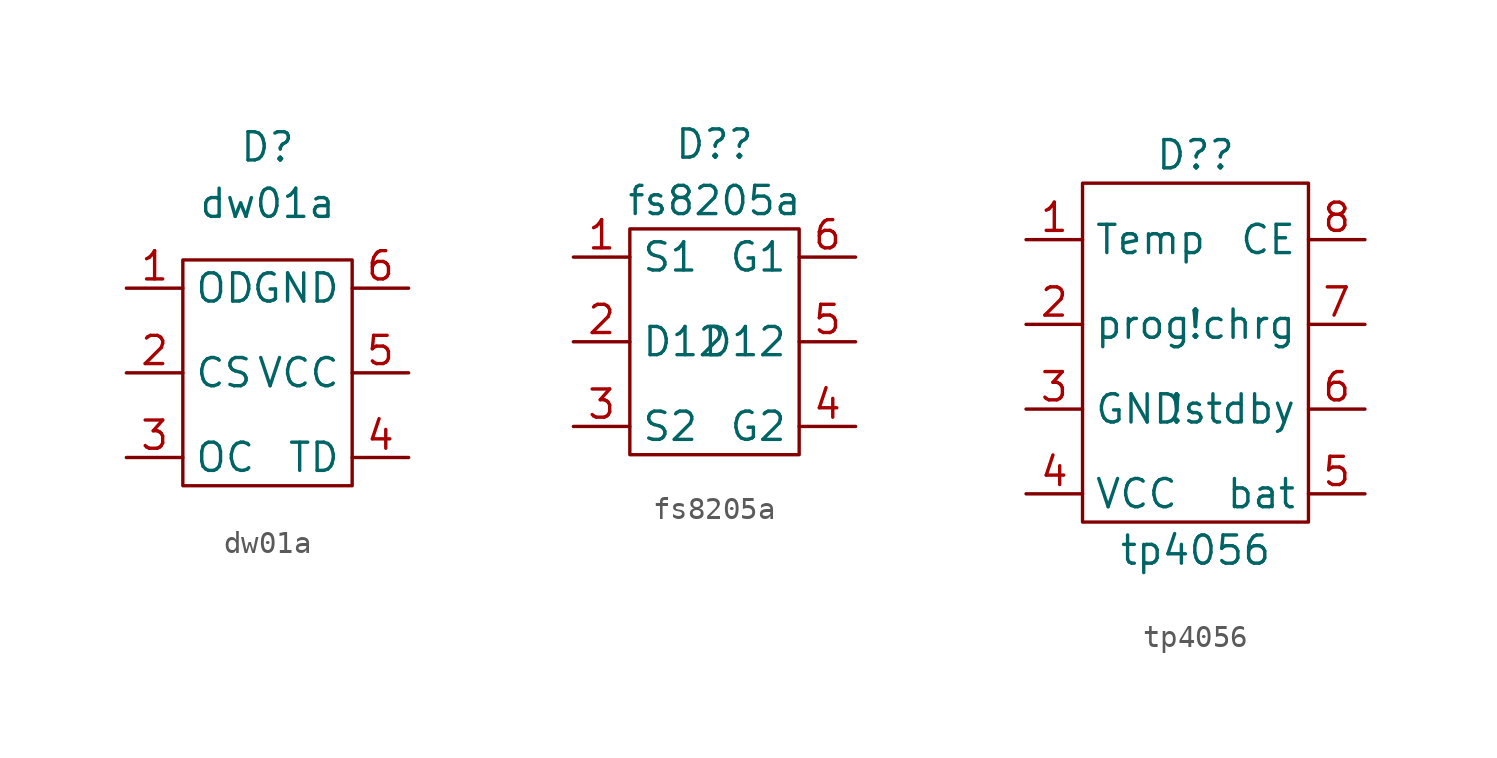
<source format=kicad_sym>
(kicad_symbol_lib
  (version 20211014)
  (generator kicad_symbol_editor)
  (symbol "dw01a"
    (property "Reference" "D"
      (at 0 10.16 0)
      (effects (font (size 1.27 1.27))))
    (property "Value" "dw01a"
      (at 0 7.62 0)
      (effects (font (size 1.27 1.27))))
    (symbol "dw01a_0_1"
      (rectangle (start -3.81 5.08) (end 3.81 -5.08) (stroke (width 0.152) (type default) (color 0 0 0 0)) (fill (type none))))
    (symbol "dw01a_1_1"
      (pin input line (at -6.35 3.81 0) (length 2.54) (name "OD" (effects (font (size 1.27 1.27)))) (number "1" (effects (font (size 1.27 1.27)))))
      (pin input line (at -6.35 0 0) (length 2.54) (name "CS" (effects (font (size 1.27 1.27)))) (number "2" (effects (font (size 1.27 1.27)))))
      (pin input line (at -6.35 -3.81 0) (length 2.54) (name "OC" (effects (font (size 1.27 1.27)))) (number "3" (effects (font (size 1.27 1.27)))))
      (pin input line (at 6.35 -3.81 180) (length 2.54) (name "TD" (effects (font (size 1.27 1.27)))) (number "4" (effects (font (size 1.27 1.27)))))
      (pin input line (at 6.35 0 180) (length 2.54) (name "VCC" (effects (font (size 1.27 1.27)))) (number "5" (effects (font (size 1.27 1.27)))))
      (pin input line (at 6.35 3.81 180) (length 2.54) (name "GND" (effects (font (size 1.27 1.27)))) (number "6" (effects (font (size 1.27 1.27)))))))
  (symbol "fs8205a"
    (property "Reference" "D?"
      (at 0 8.89 0)
      (effects (font (size 1.27 1.27))))
    (property "Value" "fs8205a"
      (at 0 6.35 0)
      (effects (font (size 1.27 1.27))))
    (symbol "fs8205a_0_1"
      (rectangle (start -3.81 5.08) (end 3.81 -5.08) (stroke (width 0.152) (type default) (color 0 0 0 0)) (fill (type none))))
    (symbol "fs8205a_1_1"
      (pin input line (at -6.35 3.81 0) (length 2.54) (name "S1" (effects (font (size 1.27 1.27)))) (number "1" (effects (font (size 1.27 1.27)))))
      (pin input line (at -6.35 0 0) (length 2.54) (name "D12" (effects (font (size 1.27 1.27)))) (number "2" (effects (font (size 1.27 1.27)))))
      (pin input line (at -6.35 -3.81 0) (length 2.54) (name "S2" (effects (font (size 1.27 1.27)))) (number "3" (effects (font (size 1.27 1.27)))))
      (pin input line (at 6.35 -3.81 180) (length 2.54) (name "G2" (effects (font (size 1.27 1.27)))) (number "4" (effects (font (size 1.27 1.27)))))
      (pin input line (at 6.35 0 180) (length 2.54) (name "D12" (effects (font (size 1.27 1.27)))) (number "5" (effects (font (size 1.27 1.27)))))
      (pin input line (at 6.35 3.81 180) (length 2.54) (name "G1" (effects (font (size 1.27 1.27)))) (number "6" (effects (font (size 1.27 1.27)))))))
  (symbol "tp4056"
    (property "Reference" "D?"
      (at 0 8.89 0)
      (effects (font (size 1.27 1.27))))
    (property "Value" "tp4056"
      (at 0 -8.89 0)
      (effects (font (size 1.27 1.27))))
    (symbol "tp4056_0_1"
      (rectangle (start -5.08 7.62) (end 5.08 -7.62) (stroke (width 0.152) (type default) (color 0 0 0 0)) (fill (type none))))
    (symbol "tp4056_1_1"
      (pin input line (at -7.62 5.08 0) (length 2.54) (name "Temp" (effects (font (size 1.27 1.27)))) (number "1" (effects (font (size 1.27 1.27)))))
      (pin input line (at -7.62 1.27 0) (length 2.54) (name "prog" (effects (font (size 1.27 1.27)))) (number "2" (effects (font (size 1.27 1.27)))))
      (pin input line (at -7.62 -2.54 0) (length 2.54) (name "GND" (effects (font (size 1.27 1.27)))) (number "3" (effects (font (size 1.27 1.27)))))
      (pin input line (at -7.62 -6.35 0) (length 2.54) (name "VCC" (effects (font (size 1.27 1.27)))) (number "4" (effects (font (size 1.27 1.27)))))
      (pin input line (at 7.62 -6.35 180) (length 2.54) (name "bat" (effects (font (size 1.27 1.27)))) (number "5" (effects (font (size 1.27 1.27)))))
      (pin input line (at 7.62 -2.54 180) (length 2.54) (name "!stdby" (effects (font (size 1.27 1.27)))) (number "6" (effects (font (size 1.27 1.27)))))
      (pin input line (at 7.62 1.27 180) (length 2.54) (name "!chrg" (effects (font (size 1.27 1.27)))) (number "7" (effects (font (size 1.27 1.27)))))
      (pin input line (at 7.62 5.08 180) (length 2.54) (name "CE" (effects (font (size 1.27 1.27)))) (number "8" (effects (font (size 1.27 1.27))))))))
</source>
